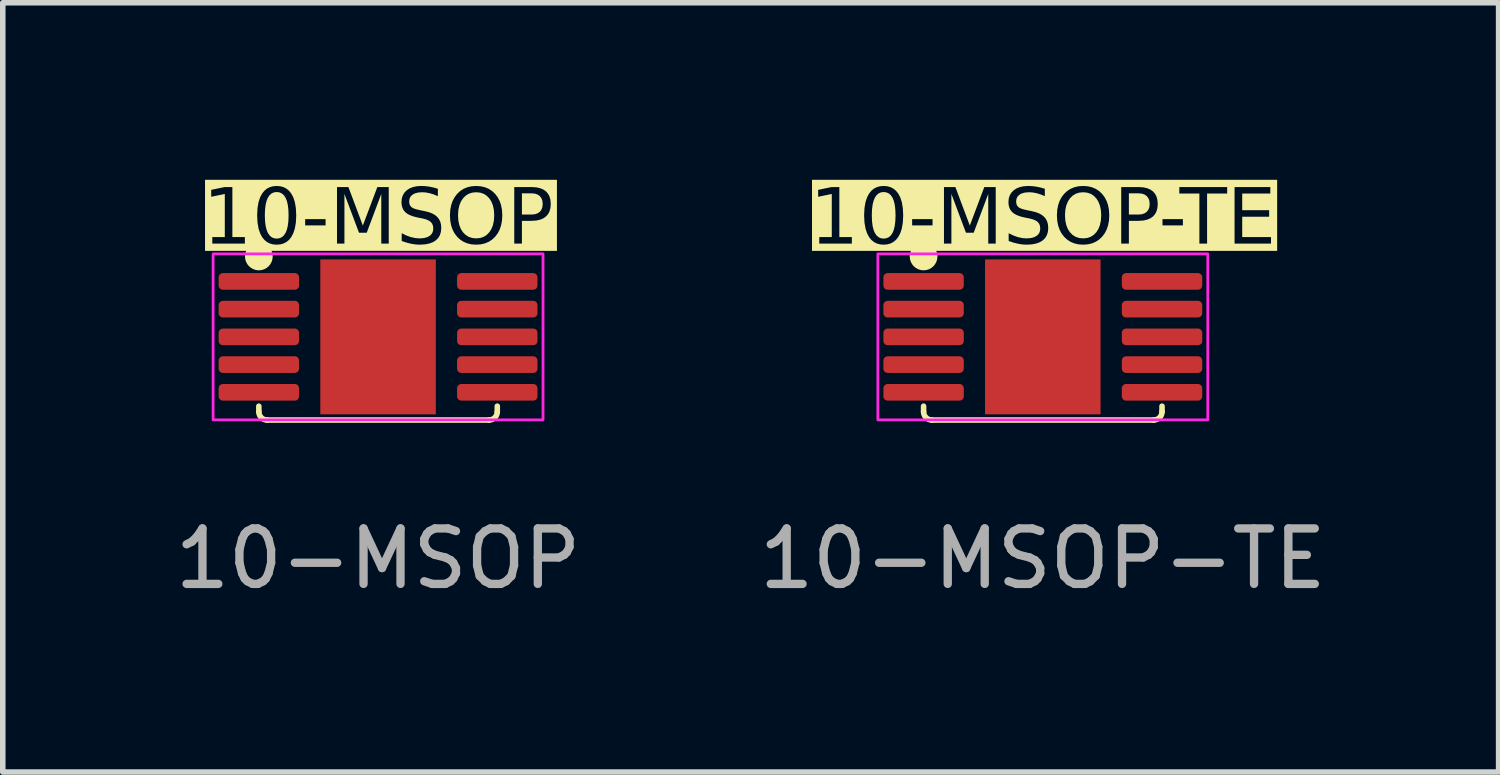
<source format=kicad_pcb>
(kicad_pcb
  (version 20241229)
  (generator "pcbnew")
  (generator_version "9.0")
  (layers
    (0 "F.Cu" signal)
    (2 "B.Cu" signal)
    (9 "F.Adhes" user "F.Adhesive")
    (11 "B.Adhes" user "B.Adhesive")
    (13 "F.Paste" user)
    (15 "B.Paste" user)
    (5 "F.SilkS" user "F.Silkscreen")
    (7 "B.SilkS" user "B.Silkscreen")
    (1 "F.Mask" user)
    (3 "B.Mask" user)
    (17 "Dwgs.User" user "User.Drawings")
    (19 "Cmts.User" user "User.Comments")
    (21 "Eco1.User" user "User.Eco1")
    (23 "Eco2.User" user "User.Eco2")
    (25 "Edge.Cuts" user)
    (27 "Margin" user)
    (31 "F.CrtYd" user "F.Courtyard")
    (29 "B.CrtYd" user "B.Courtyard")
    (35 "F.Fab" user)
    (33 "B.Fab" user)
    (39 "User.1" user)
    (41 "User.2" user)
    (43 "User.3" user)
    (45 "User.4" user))
  (footprint "10-MSOP-TE"
    (layer "F.Cu")
    (at 15.756 3.025)
    (property "Reference" "10-MSOP-TE" (at 0 -2.097 0) (unlocked yes) (layer "F.SilkS" knockout) (effects (font (face "Futura") (size 1 1) (thickness 0.1))))
    (attr through_hole)
    (fp_line (start -2.15 1.25) (end -2.15 1.35) (stroke (width 0.1) (type default)) (layer "F.SilkS"))
    (fp_line (start -2 1.5) (end 2 1.5) (stroke (width 0.1) (type default)) (layer "F.SilkS"))
    (fp_line (start 2.15 1.25) (end 2.15 1.35) (stroke (width 0.1) (type default)) (layer "F.SilkS"))
    (fp_arc (start -2 1.5) (mid -2.106066 1.456066) (end -2.15 1.35) (stroke (width 0.1) (type default)) (layer "F.SilkS"))
    (fp_arc (start 2.15 1.35) (mid 2.106066 1.456066) (end 2 1.5) (stroke (width 0.1) (type default)) (layer "F.SilkS"))
    (fp_circle (center -2.15 -1.45) (end -1.95 -1.45) (stroke (width 0.1) (type solid)) (fill yes) (layer "F.SilkS"))
    (fp_rect (start -2.975 -1.497) (end 2.975 1.497) (stroke (width 0.05) (type default)) (fill no) (layer "F.CrtYd"))
    (fp_text user "${REFERENCE}" (at 0 4 0) (unlocked yes) (layer "F.Fab") (effects (font (size 1 1) (thickness 0.15))))
    (pad "1" smd roundrect (at -2.15 -1) (size 1.45 0.3) (layers "F.Cu" "F.Mask" "F.Paste") (roundrect_rratio 0.25))
    (pad "2" smd roundrect (at -2.15 -0.5) (size 1.45 0.3) (layers "F.Cu" "F.Mask" "F.Paste") (roundrect_rratio 0.25))
    (pad "3" smd roundrect (at -2.15 0) (size 1.45 0.3) (layers "F.Cu" "F.Mask" "F.Paste") (roundrect_rratio 0.25))
    (pad "4" smd roundrect (at -2.15 0.5) (size 1.45 0.3) (layers "F.Cu" "F.Mask" "F.Paste") (roundrect_rratio 0.25))
    (pad "5" smd roundrect (at -2.15 1) (size 1.45 0.3) (layers "F.Cu" "F.Mask" "F.Paste") (roundrect_rratio 0.25))
    (pad "6" smd roundrect (at 2.15 1) (size 1.45 0.3) (layers "F.Cu" "F.Mask" "F.Paste") (roundrect_rratio 0.25))
    (pad "7" smd roundrect (at 2.15 0.5) (size 1.45 0.3) (layers "F.Cu" "F.Mask" "F.Paste") (roundrect_rratio 0.25))
    (pad "8" smd roundrect (at 2.15 0) (size 1.45 0.3) (layers "F.Cu" "F.Mask" "F.Paste") (roundrect_rratio 0.25))
    (pad "9" smd roundrect (at 2.15 -0.5) (size 1.45 0.3) (layers "F.Cu" "F.Mask" "F.Paste") (roundrect_rratio 0.25))
    (pad "10" smd roundrect (at 2.15 -1) (size 1.45 0.3) (layers "F.Cu" "F.Mask" "F.Paste") (roundrect_rratio 0.25))
    (pad "11" smd rect (at 0 0) (size 2.083 2.794) (property pad_prop_heatsink) (layers "F.Cu")))
  (footprint "10-MSOP"
    (layer "F.Cu")
    (at 3.768 3.025)
    (property "Reference" "10-MSOP" (at 0 -2.097 0) (unlocked yes) (layer "F.SilkS" knockout) (effects (font (face "Futura") (size 1 1) (thickness 0.1))))
    (attr through_hole)
    (fp_line (start -2.15 1.25) (end -2.15 1.35) (stroke (width 0.1) (type default)) (layer "F.SilkS"))
    (fp_line (start -2 1.5) (end 2 1.5) (stroke (width 0.1) (type default)) (layer "F.SilkS"))
    (fp_line (start 2.15 1.25) (end 2.15 1.35) (stroke (width 0.1) (type default)) (layer "F.SilkS"))
    (fp_arc (start -2 1.5) (mid -2.106066 1.456066) (end -2.15 1.35) (stroke (width 0.1) (type default)) (layer "F.SilkS"))
    (fp_arc (start 2.15 1.35) (mid 2.106066 1.456066) (end 2 1.5) (stroke (width 0.1) (type default)) (layer "F.SilkS"))
    (fp_circle (center -2.15 -1.45) (end -1.95 -1.45) (stroke (width 0.1) (type solid)) (fill yes) (layer "F.SilkS"))
    (fp_rect (start -2.975 -1.497) (end 2.975 1.497) (stroke (width 0.05) (type default)) (fill no) (layer "F.CrtYd"))
    (fp_text user "${REFERENCE}" (at 0 4 0) (unlocked yes) (layer "F.Fab") (effects (font (size 1 1) (thickness 0.15))))
    (pad "1" smd roundrect (at -2.15 -1) (size 1.45 0.3) (layers "F.Cu" "F.Mask" "F.Paste") (roundrect_rratio 0.25))
    (pad "2" smd roundrect (at -2.15 -0.5) (size 1.45 0.3) (layers "F.Cu" "F.Mask" "F.Paste") (roundrect_rratio 0.25))
    (pad "3" smd roundrect (at -2.15 0) (size 1.45 0.3) (layers "F.Cu" "F.Mask" "F.Paste") (roundrect_rratio 0.25))
    (pad "4" smd roundrect (at -2.15 0.5) (size 1.45 0.3) (layers "F.Cu" "F.Mask" "F.Paste") (roundrect_rratio 0.25))
    (pad "5" smd roundrect (at -2.15 1) (size 1.45 0.3) (layers "F.Cu" "F.Mask" "F.Paste") (roundrect_rratio 0.25))
    (pad "6" smd roundrect (at 2.15 1) (size 1.45 0.3) (layers "F.Cu" "F.Mask" "F.Paste") (roundrect_rratio 0.25))
    (pad "7" smd roundrect (at 2.15 0.5) (size 1.45 0.3) (layers "F.Cu" "F.Mask" "F.Paste") (roundrect_rratio 0.25))
    (pad "8" smd roundrect (at 2.15 0) (size 1.45 0.3) (layers "F.Cu" "F.Mask" "F.Paste") (roundrect_rratio 0.25))
    (pad "9" smd roundrect (at 2.15 -0.5) (size 1.45 0.3) (layers "F.Cu" "F.Mask" "F.Paste") (roundrect_rratio 0.25))
    (pad "10" smd roundrect (at 2.15 -1) (size 1.45 0.3) (layers "F.Cu" "F.Mask" "F.Paste") (roundrect_rratio 0.25))
    (pad "11" smd rect (at 0 0) (size 2.083 2.794) (property pad_prop_heatsink) (layers "F.Cu")))
  (gr_rect
    (start -3 -3)
    (end 23.976 10.873)
    (stroke (width 0.1) (type default))
    (fill no)
    (layer "Edge.Cuts")))
</source>
